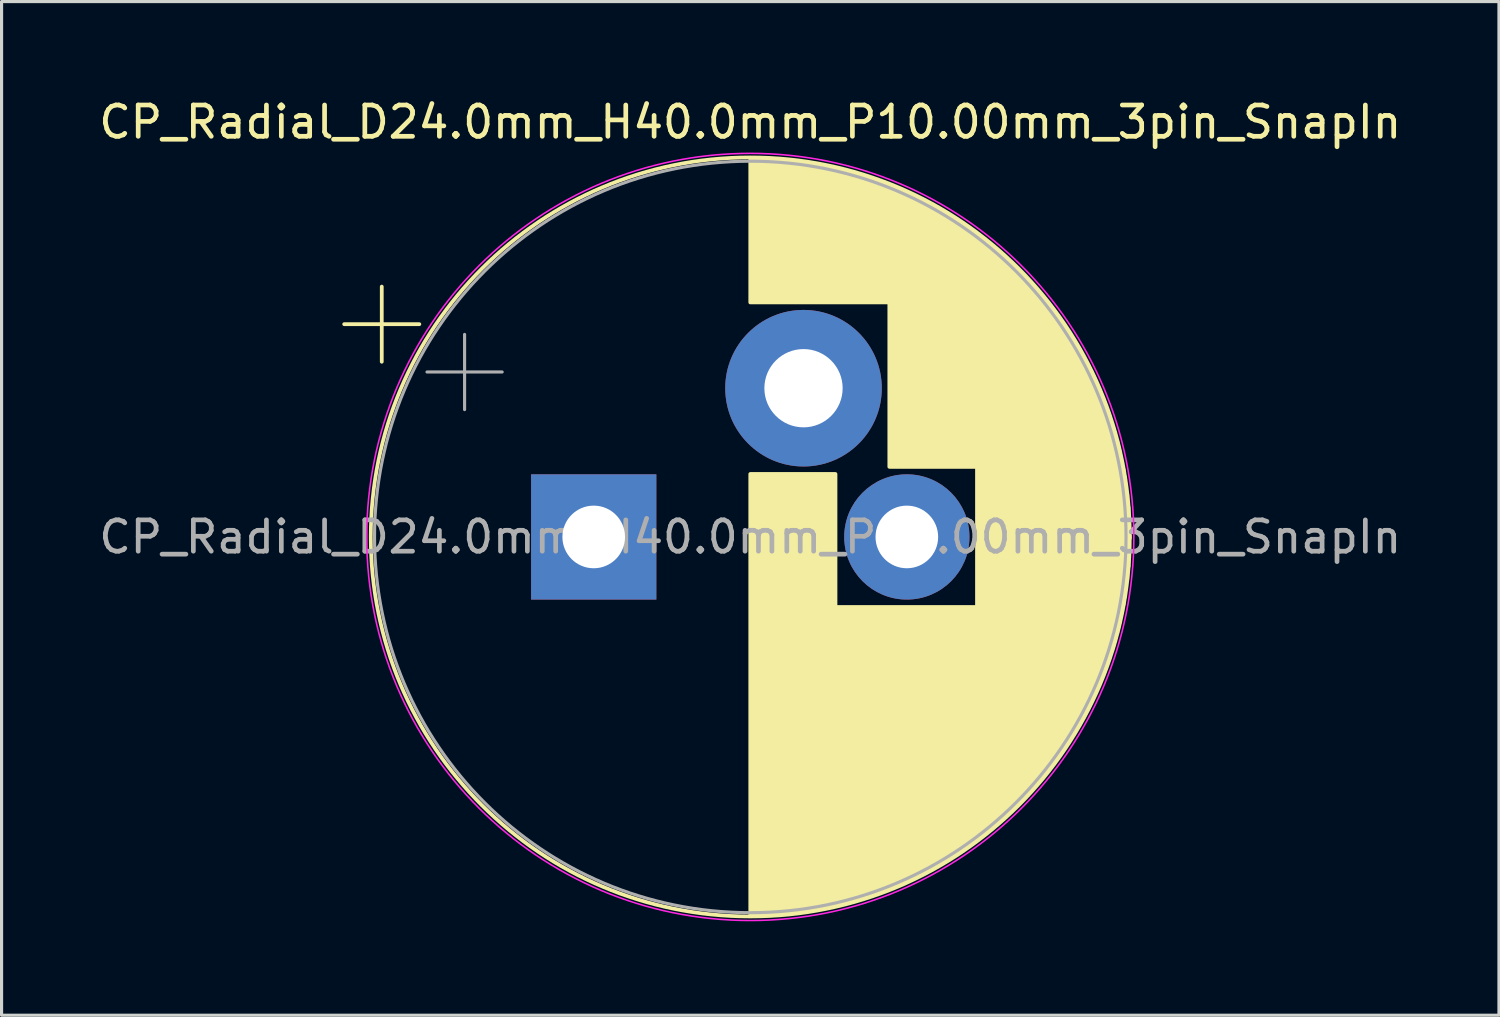
<source format=kicad_pcb>
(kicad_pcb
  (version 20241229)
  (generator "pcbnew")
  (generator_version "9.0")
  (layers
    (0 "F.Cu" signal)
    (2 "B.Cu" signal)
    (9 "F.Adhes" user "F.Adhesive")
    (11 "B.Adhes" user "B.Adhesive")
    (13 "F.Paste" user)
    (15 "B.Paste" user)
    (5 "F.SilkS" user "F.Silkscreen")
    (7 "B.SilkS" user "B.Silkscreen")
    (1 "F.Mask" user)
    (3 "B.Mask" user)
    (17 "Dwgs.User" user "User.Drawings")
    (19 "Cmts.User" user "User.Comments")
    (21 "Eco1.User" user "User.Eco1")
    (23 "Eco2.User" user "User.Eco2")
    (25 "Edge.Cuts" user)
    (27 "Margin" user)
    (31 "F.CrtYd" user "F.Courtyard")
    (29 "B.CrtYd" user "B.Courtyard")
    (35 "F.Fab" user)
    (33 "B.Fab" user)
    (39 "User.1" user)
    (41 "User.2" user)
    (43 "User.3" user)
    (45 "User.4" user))
  (footprint "CP_Radial_D24.0mm_H40.0mm_P10.00mm_3pin_SnapIn"
    (layer "F.Cu")
    (at 15.911 14.098)
    (property "Reference" "CP_Radial_D24.0mm_H40.0mm_P10.00mm_3pin_SnapIn" (at 5 -13.25 0) (layer "F.SilkS") (effects (font (size 1 1) (thickness 0.15))))
    (attr through_hole)
    (fp_line (start -7.969 -6.795) (end -5.569 -6.795) (stroke (width 0.12) (type solid)) (layer "F.SilkS"))
    (fp_line (start -6.769 -7.995) (end -6.769 -5.595) (stroke (width 0.12) (type solid)) (layer "F.SilkS"))
    (fp_line (start 5 -12.081) (end 5 -7.49) (stroke (width 0.12) (type solid)) (layer "F.SilkS"))
    (fp_line (start 5 -2.01) (end 5 12.081) (stroke (width 0.12) (type solid)) (layer "F.SilkS"))
    (fp_line (start 5.04 -12.08) (end 5.04 -7.49) (stroke (width 0.12) (type solid)) (layer "F.SilkS"))
    (fp_line (start 5.04 -2.01) (end 5.04 12.08) (stroke (width 0.12) (type solid)) (layer "F.SilkS"))
    (fp_line (start 5.08 -12.08) (end 5.08 -7.49) (stroke (width 0.12) (type solid)) (layer "F.SilkS"))
    (fp_line (start 5.08 -2.01) (end 5.08 12.08) (stroke (width 0.12) (type solid)) (layer "F.SilkS"))
    (fp_line (start 5.12 -12.08) (end 5.12 -7.49) (stroke (width 0.12) (type solid)) (layer "F.SilkS"))
    (fp_line (start 5.12 -2.01) (end 5.12 12.08) (stroke (width 0.12) (type solid)) (layer "F.SilkS"))
    (fp_line (start 5.16 -12.079) (end 5.16 -7.49) (stroke (width 0.12) (type solid)) (layer "F.SilkS"))
    (fp_line (start 5.16 -2.01) (end 5.16 12.079) (stroke (width 0.12) (type solid)) (layer "F.SilkS"))
    (fp_line (start 5.2 -12.079) (end 5.2 -7.49) (stroke (width 0.12) (type solid)) (layer "F.SilkS"))
    (fp_line (start 5.2 -2.01) (end 5.2 12.079) (stroke (width 0.12) (type solid)) (layer "F.SilkS"))
    (fp_line (start 5.24 -12.078) (end 5.24 -7.49) (stroke (width 0.12) (type solid)) (layer "F.SilkS"))
    (fp_line (start 5.24 -2.01) (end 5.24 12.078) (stroke (width 0.12) (type solid)) (layer "F.SilkS"))
    (fp_line (start 5.28 -12.077) (end 5.28 -7.49) (stroke (width 0.12) (type solid)) (layer "F.SilkS"))
    (fp_line (start 5.28 -2.01) (end 5.28 12.077) (stroke (width 0.12) (type solid)) (layer "F.SilkS"))
    (fp_line (start 5.32 -12.076) (end 5.32 -7.49) (stroke (width 0.12) (type solid)) (layer "F.SilkS"))
    (fp_line (start 5.32 -2.01) (end 5.32 12.076) (stroke (width 0.12) (type solid)) (layer "F.SilkS"))
    (fp_line (start 5.36 -12.075) (end 5.36 -7.49) (stroke (width 0.12) (type solid)) (layer "F.SilkS"))
    (fp_line (start 5.36 -2.01) (end 5.36 12.075) (stroke (width 0.12) (type solid)) (layer "F.SilkS"))
    (fp_line (start 5.4 -12.074) (end 5.4 -7.49) (stroke (width 0.12) (type solid)) (layer "F.SilkS"))
    (fp_line (start 5.4 -2.01) (end 5.4 12.074) (stroke (width 0.12) (type solid)) (layer "F.SilkS"))
    (fp_line (start 5.44 -12.073) (end 5.44 -7.49) (stroke (width 0.12) (type solid)) (layer "F.SilkS"))
    (fp_line (start 5.44 -2.01) (end 5.44 12.073) (stroke (width 0.12) (type solid)) (layer "F.SilkS"))
    (fp_line (start 5.48 -12.071) (end 5.48 -7.49) (stroke (width 0.12) (type solid)) (layer "F.SilkS"))
    (fp_line (start 5.48 -2.01) (end 5.48 12.071) (stroke (width 0.12) (type solid)) (layer "F.SilkS"))
    (fp_line (start 5.52 -12.069) (end 5.52 -7.49) (stroke (width 0.12) (type solid)) (layer "F.SilkS"))
    (fp_line (start 5.52 -2.01) (end 5.52 12.069) (stroke (width 0.12) (type solid)) (layer "F.SilkS"))
    (fp_line (start 5.56 -12.068) (end 5.56 -7.49) (stroke (width 0.12) (type solid)) (layer "F.SilkS"))
    (fp_line (start 5.56 -2.01) (end 5.56 12.068) (stroke (width 0.12) (type solid)) (layer "F.SilkS"))
    (fp_line (start 5.6 -12.066) (end 5.6 -7.49) (stroke (width 0.12) (type solid)) (layer "F.SilkS"))
    (fp_line (start 5.6 -2.01) (end 5.6 12.066) (stroke (width 0.12) (type solid)) (layer "F.SilkS"))
    (fp_line (start 5.64 -12.064) (end 5.64 -7.49) (stroke (width 0.12) (type solid)) (layer "F.SilkS"))
    (fp_line (start 5.64 -2.01) (end 5.64 12.064) (stroke (width 0.12) (type solid)) (layer "F.SilkS"))
    (fp_line (start 5.68 -12.061) (end 5.68 -7.49) (stroke (width 0.12) (type solid)) (layer "F.SilkS"))
    (fp_line (start 5.68 -2.01) (end 5.68 12.061) (stroke (width 0.12) (type solid)) (layer "F.SilkS"))
    (fp_line (start 5.721 -12.059) (end 5.721 -7.49) (stroke (width 0.12) (type solid)) (layer "F.SilkS"))
    (fp_line (start 5.721 -2.01) (end 5.721 12.059) (stroke (width 0.12) (type solid)) (layer "F.SilkS"))
    (fp_line (start 5.761 -12.057) (end 5.761 -7.49) (stroke (width 0.12) (type solid)) (layer "F.SilkS"))
    (fp_line (start 5.761 -2.01) (end 5.761 12.057) (stroke (width 0.12) (type solid)) (layer "F.SilkS"))
    (fp_line (start 5.801 -12.054) (end 5.801 -7.49) (stroke (width 0.12) (type solid)) (layer "F.SilkS"))
    (fp_line (start 5.801 -2.01) (end 5.801 12.054) (stroke (width 0.12) (type solid)) (layer "F.SilkS"))
    (fp_line (start 5.841 -12.051) (end 5.841 -7.49) (stroke (width 0.12) (type solid)) (layer "F.SilkS"))
    (fp_line (start 5.841 -2.01) (end 5.841 12.051) (stroke (width 0.12) (type solid)) (layer "F.SilkS"))
    (fp_line (start 5.881 -12.049) (end 5.881 -7.49) (stroke (width 0.12) (type solid)) (layer "F.SilkS"))
    (fp_line (start 5.881 -2.01) (end 5.881 12.049) (stroke (width 0.12) (type solid)) (layer "F.SilkS"))
    (fp_line (start 5.921 -12.046) (end 5.921 -7.49) (stroke (width 0.12) (type solid)) (layer "F.SilkS"))
    (fp_line (start 5.921 -2.01) (end 5.921 12.046) (stroke (width 0.12) (type solid)) (layer "F.SilkS"))
    (fp_line (start 5.961 -12.042) (end 5.961 -7.49) (stroke (width 0.12) (type solid)) (layer "F.SilkS"))
    (fp_line (start 5.961 -2.01) (end 5.961 12.042) (stroke (width 0.12) (type solid)) (layer "F.SilkS"))
    (fp_line (start 6.001 -12.039) (end 6.001 -7.49) (stroke (width 0.12) (type solid)) (layer "F.SilkS"))
    (fp_line (start 6.001 -2.01) (end 6.001 12.039) (stroke (width 0.12) (type solid)) (layer "F.SilkS"))
    (fp_line (start 6.041 -12.036) (end 6.041 -7.49) (stroke (width 0.12) (type solid)) (layer "F.SilkS"))
    (fp_line (start 6.041 -2.01) (end 6.041 12.036) (stroke (width 0.12) (type solid)) (layer "F.SilkS"))
    (fp_line (start 6.081 -12.032) (end 6.081 -7.49) (stroke (width 0.12) (type solid)) (layer "F.SilkS"))
    (fp_line (start 6.081 -2.01) (end 6.081 12.032) (stroke (width 0.12) (type solid)) (layer "F.SilkS"))
    (fp_line (start 6.121 -12.029) (end 6.121 -7.49) (stroke (width 0.12) (type solid)) (layer "F.SilkS"))
    (fp_line (start 6.121 -2.01) (end 6.121 12.029) (stroke (width 0.12) (type solid)) (layer "F.SilkS"))
    (fp_line (start 6.161 -12.025) (end 6.161 -7.49) (stroke (width 0.12) (type solid)) (layer "F.SilkS"))
    (fp_line (start 6.161 -2.01) (end 6.161 12.025) (stroke (width 0.12) (type solid)) (layer "F.SilkS"))
    (fp_line (start 6.201 -12.021) (end 6.201 -7.49) (stroke (width 0.12) (type solid)) (layer "F.SilkS"))
    (fp_line (start 6.201 -2.01) (end 6.201 12.021) (stroke (width 0.12) (type solid)) (layer "F.SilkS"))
    (fp_line (start 6.241 -12.017) (end 6.241 -7.49) (stroke (width 0.12) (type solid)) (layer "F.SilkS"))
    (fp_line (start 6.241 -2.01) (end 6.241 12.017) (stroke (width 0.12) (type solid)) (layer "F.SilkS"))
    (fp_line (start 6.281 -12.013) (end 6.281 -7.49) (stroke (width 0.12) (type solid)) (layer "F.SilkS"))
    (fp_line (start 6.281 -2.01) (end 6.281 12.013) (stroke (width 0.12) (type solid)) (layer "F.SilkS"))
    (fp_line (start 6.321 -12.008) (end 6.321 -7.49) (stroke (width 0.12) (type solid)) (layer "F.SilkS"))
    (fp_line (start 6.321 -2.01) (end 6.321 12.008) (stroke (width 0.12) (type solid)) (layer "F.SilkS"))
    (fp_line (start 6.361 -12.004) (end 6.361 -7.49) (stroke (width 0.12) (type solid)) (layer "F.SilkS"))
    (fp_line (start 6.361 -2.01) (end 6.361 12.004) (stroke (width 0.12) (type solid)) (layer "F.SilkS"))
    (fp_line (start 6.401 -11.999) (end 6.401 -7.49) (stroke (width 0.12) (type solid)) (layer "F.SilkS"))
    (fp_line (start 6.401 -2.01) (end 6.401 11.999) (stroke (width 0.12) (type solid)) (layer "F.SilkS"))
    (fp_line (start 6.441 -11.995) (end 6.441 -7.49) (stroke (width 0.12) (type solid)) (layer "F.SilkS"))
    (fp_line (start 6.441 -2.01) (end 6.441 11.995) (stroke (width 0.12) (type solid)) (layer "F.SilkS"))
    (fp_line (start 6.481 -11.99) (end 6.481 -7.49) (stroke (width 0.12) (type solid)) (layer "F.SilkS"))
    (fp_line (start 6.481 -2.01) (end 6.481 11.99) (stroke (width 0.12) (type solid)) (layer "F.SilkS"))
    (fp_line (start 6.521 -11.985) (end 6.521 -7.49) (stroke (width 0.12) (type solid)) (layer "F.SilkS"))
    (fp_line (start 6.521 -2.01) (end 6.521 11.985) (stroke (width 0.12) (type solid)) (layer "F.SilkS"))
    (fp_line (start 6.561 -11.98) (end 6.561 -7.49) (stroke (width 0.12) (type solid)) (layer "F.SilkS"))
    (fp_line (start 6.561 -2.01) (end 6.561 11.98) (stroke (width 0.12) (type solid)) (layer "F.SilkS"))
    (fp_line (start 6.601 -11.974) (end 6.601 -7.49) (stroke (width 0.12) (type solid)) (layer "F.SilkS"))
    (fp_line (start 6.601 -2.01) (end 6.601 11.974) (stroke (width 0.12) (type solid)) (layer "F.SilkS"))
    (fp_line (start 6.641 -11.969) (end 6.641 -7.49) (stroke (width 0.12) (type solid)) (layer "F.SilkS"))
    (fp_line (start 6.641 -2.01) (end 6.641 11.969) (stroke (width 0.12) (type solid)) (layer "F.SilkS"))
    (fp_line (start 6.681 -11.963) (end 6.681 -7.49) (stroke (width 0.12) (type solid)) (layer "F.SilkS"))
    (fp_line (start 6.681 -2.01) (end 6.681 11.963) (stroke (width 0.12) (type solid)) (layer "F.SilkS"))
    (fp_line (start 6.721 -11.958) (end 6.721 -7.49) (stroke (width 0.12) (type solid)) (layer "F.SilkS"))
    (fp_line (start 6.721 -2.01) (end 6.721 11.958) (stroke (width 0.12) (type solid)) (layer "F.SilkS"))
    (fp_line (start 6.761 -11.952) (end 6.761 -7.49) (stroke (width 0.12) (type solid)) (layer "F.SilkS"))
    (fp_line (start 6.761 -2.01) (end 6.761 11.952) (stroke (width 0.12) (type solid)) (layer "F.SilkS"))
    (fp_line (start 6.801 -11.946) (end 6.801 -7.49) (stroke (width 0.12) (type solid)) (layer "F.SilkS"))
    (fp_line (start 6.801 -2.01) (end 6.801 11.946) (stroke (width 0.12) (type solid)) (layer "F.SilkS"))
    (fp_line (start 6.841 -11.94) (end 6.841 -7.49) (stroke (width 0.12) (type solid)) (layer "F.SilkS"))
    (fp_line (start 6.841 -2.01) (end 6.841 11.94) (stroke (width 0.12) (type solid)) (layer "F.SilkS"))
    (fp_line (start 6.881 -11.934) (end 6.881 -7.49) (stroke (width 0.12) (type solid)) (layer "F.SilkS"))
    (fp_line (start 6.881 -2.01) (end 6.881 11.934) (stroke (width 0.12) (type solid)) (layer "F.SilkS"))
    (fp_line (start 6.921 -11.927) (end 6.921 -7.49) (stroke (width 0.12) (type solid)) (layer "F.SilkS"))
    (fp_line (start 6.921 -2.01) (end 6.921 11.927) (stroke (width 0.12) (type solid)) (layer "F.SilkS"))
    (fp_line (start 6.961 -11.921) (end 6.961 -7.49) (stroke (width 0.12) (type solid)) (layer "F.SilkS"))
    (fp_line (start 6.961 -2.01) (end 6.961 11.921) (stroke (width 0.12) (type solid)) (layer "F.SilkS"))
    (fp_line (start 7.001 -11.914) (end 7.001 -7.49) (stroke (width 0.12) (type solid)) (layer "F.SilkS"))
    (fp_line (start 7.001 -2.01) (end 7.001 11.914) (stroke (width 0.12) (type solid)) (layer "F.SilkS"))
    (fp_line (start 7.041 -11.908) (end 7.041 -7.49) (stroke (width 0.12) (type solid)) (layer "F.SilkS"))
    (fp_line (start 7.041 -2.01) (end 7.041 11.908) (stroke (width 0.12) (type solid)) (layer "F.SilkS"))
    (fp_line (start 7.081 -11.901) (end 7.081 -7.49) (stroke (width 0.12) (type solid)) (layer "F.SilkS"))
    (fp_line (start 7.081 -2.01) (end 7.081 11.901) (stroke (width 0.12) (type solid)) (layer "F.SilkS"))
    (fp_line (start 7.121 -11.894) (end 7.121 -7.49) (stroke (width 0.12) (type solid)) (layer "F.SilkS"))
    (fp_line (start 7.121 -2.01) (end 7.121 11.894) (stroke (width 0.12) (type solid)) (layer "F.SilkS"))
    (fp_line (start 7.161 -11.886) (end 7.161 -7.49) (stroke (width 0.12) (type solid)) (layer "F.SilkS"))
    (fp_line (start 7.161 -2.01) (end 7.161 11.886) (stroke (width 0.12) (type solid)) (layer "F.SilkS"))
    (fp_line (start 7.201 -11.879) (end 7.201 -7.49) (stroke (width 0.12) (type solid)) (layer "F.SilkS"))
    (fp_line (start 7.201 -2.01) (end 7.201 11.879) (stroke (width 0.12) (type solid)) (layer "F.SilkS"))
    (fp_line (start 7.241 -11.872) (end 7.241 -7.49) (stroke (width 0.12) (type solid)) (layer "F.SilkS"))
    (fp_line (start 7.241 -2.01) (end 7.241 11.872) (stroke (width 0.12) (type solid)) (layer "F.SilkS"))
    (fp_line (start 7.281 -11.864) (end 7.281 -7.49) (stroke (width 0.12) (type solid)) (layer "F.SilkS"))
    (fp_line (start 7.281 -2.01) (end 7.281 11.864) (stroke (width 0.12) (type solid)) (layer "F.SilkS"))
    (fp_line (start 7.321 -11.856) (end 7.321 -7.49) (stroke (width 0.12) (type solid)) (layer "F.SilkS"))
    (fp_line (start 7.321 -2.01) (end 7.321 11.856) (stroke (width 0.12) (type solid)) (layer "F.SilkS"))
    (fp_line (start 7.361 -11.849) (end 7.361 -7.49) (stroke (width 0.12) (type solid)) (layer "F.SilkS"))
    (fp_line (start 7.361 -2.01) (end 7.361 11.849) (stroke (width 0.12) (type solid)) (layer "F.SilkS"))
    (fp_line (start 7.401 -11.841) (end 7.401 -7.49) (stroke (width 0.12) (type solid)) (layer "F.SilkS"))
    (fp_line (start 7.401 -2.01) (end 7.401 11.841) (stroke (width 0.12) (type solid)) (layer "F.SilkS"))
    (fp_line (start 7.441 -11.832) (end 7.441 -7.49) (stroke (width 0.12) (type solid)) (layer "F.SilkS"))
    (fp_line (start 7.441 -2.01) (end 7.441 11.832) (stroke (width 0.12) (type solid)) (layer "F.SilkS"))
    (fp_line (start 7.481 -11.824) (end 7.481 -7.49) (stroke (width 0.12) (type solid)) (layer "F.SilkS"))
    (fp_line (start 7.481 -2.01) (end 7.481 11.824) (stroke (width 0.12) (type solid)) (layer "F.SilkS"))
    (fp_line (start 7.521 -11.816) (end 7.521 -7.49) (stroke (width 0.12) (type solid)) (layer "F.SilkS"))
    (fp_line (start 7.521 -2.01) (end 7.521 11.816) (stroke (width 0.12) (type solid)) (layer "F.SilkS"))
    (fp_line (start 7.561 -11.807) (end 7.561 -7.49) (stroke (width 0.12) (type solid)) (layer "F.SilkS"))
    (fp_line (start 7.561 -2.01) (end 7.561 11.807) (stroke (width 0.12) (type solid)) (layer "F.SilkS"))
    (fp_line (start 7.601 -11.798) (end 7.601 -7.49) (stroke (width 0.12) (type solid)) (layer "F.SilkS"))
    (fp_line (start 7.601 -2.01) (end 7.601 11.798) (stroke (width 0.12) (type solid)) (layer "F.SilkS"))
    (fp_line (start 7.641 -11.789) (end 7.641 -7.49) (stroke (width 0.12) (type solid)) (layer "F.SilkS"))
    (fp_line (start 7.641 -2.01) (end 7.641 11.789) (stroke (width 0.12) (type solid)) (layer "F.SilkS"))
    (fp_line (start 7.681 -11.78) (end 7.681 -7.49) (stroke (width 0.12) (type solid)) (layer "F.SilkS"))
    (fp_line (start 7.681 -2.01) (end 7.681 11.78) (stroke (width 0.12) (type solid)) (layer "F.SilkS"))
    (fp_line (start 7.721 -11.771) (end 7.721 -7.49) (stroke (width 0.12) (type solid)) (layer "F.SilkS"))
    (fp_line (start 7.721 -2.01) (end 7.721 11.771) (stroke (width 0.12) (type solid)) (layer "F.SilkS"))
    (fp_line (start 7.761 -11.762) (end 7.761 -7.49) (stroke (width 0.12) (type solid)) (layer "F.SilkS"))
    (fp_line (start 7.761 2.24) (end 7.761 11.762) (stroke (width 0.12) (type solid)) (layer "F.SilkS"))
    (fp_line (start 7.801 -11.753) (end 7.801 -7.49) (stroke (width 0.12) (type solid)) (layer "F.SilkS"))
    (fp_line (start 7.801 2.24) (end 7.801 11.753) (stroke (width 0.12) (type solid)) (layer "F.SilkS"))
    (fp_line (start 7.841 -11.743) (end 7.841 -7.49) (stroke (width 0.12) (type solid)) (layer "F.SilkS"))
    (fp_line (start 7.841 2.24) (end 7.841 11.743) (stroke (width 0.12) (type solid)) (layer "F.SilkS"))
    (fp_line (start 7.881 -11.733) (end 7.881 -7.49) (stroke (width 0.12) (type solid)) (layer "F.SilkS"))
    (fp_line (start 7.881 2.24) (end 7.881 11.733) (stroke (width 0.12) (type solid)) (layer "F.SilkS"))
    (fp_line (start 7.921 -11.723) (end 7.921 -7.49) (stroke (width 0.12) (type solid)) (layer "F.SilkS"))
    (fp_line (start 7.921 2.24) (end 7.921 11.723) (stroke (width 0.12) (type solid)) (layer "F.SilkS"))
    (fp_line (start 7.961 -11.713) (end 7.961 -7.49) (stroke (width 0.12) (type solid)) (layer "F.SilkS"))
    (fp_line (start 7.961 2.24) (end 7.961 11.713) (stroke (width 0.12) (type solid)) (layer "F.SilkS"))
    (fp_line (start 8.001 -11.703) (end 8.001 -7.49) (stroke (width 0.12) (type solid)) (layer "F.SilkS"))
    (fp_line (start 8.001 2.24) (end 8.001 11.703) (stroke (width 0.12) (type solid)) (layer "F.SilkS"))
    (fp_line (start 8.041 -11.693) (end 8.041 -7.49) (stroke (width 0.12) (type solid)) (layer "F.SilkS"))
    (fp_line (start 8.041 2.24) (end 8.041 11.693) (stroke (width 0.12) (type solid)) (layer "F.SilkS"))
    (fp_line (start 8.081 -11.683) (end 8.081 -7.49) (stroke (width 0.12) (type solid)) (layer "F.SilkS"))
    (fp_line (start 8.081 2.24) (end 8.081 11.683) (stroke (width 0.12) (type solid)) (layer "F.SilkS"))
    (fp_line (start 8.121 -11.672) (end 8.121 -7.49) (stroke (width 0.12) (type solid)) (layer "F.SilkS"))
    (fp_line (start 8.121 2.24) (end 8.121 11.672) (stroke (width 0.12) (type solid)) (layer "F.SilkS"))
    (fp_line (start 8.161 -11.661) (end 8.161 -7.49) (stroke (width 0.12) (type solid)) (layer "F.SilkS"))
    (fp_line (start 8.161 2.24) (end 8.161 11.661) (stroke (width 0.12) (type solid)) (layer "F.SilkS"))
    (fp_line (start 8.201 -11.65) (end 8.201 -7.49) (stroke (width 0.12) (type solid)) (layer "F.SilkS"))
    (fp_line (start 8.201 2.24) (end 8.201 11.65) (stroke (width 0.12) (type solid)) (layer "F.SilkS"))
    (fp_line (start 8.241 -11.639) (end 8.241 -7.49) (stroke (width 0.12) (type solid)) (layer "F.SilkS"))
    (fp_line (start 8.241 2.24) (end 8.241 11.639) (stroke (width 0.12) (type solid)) (layer "F.SilkS"))
    (fp_line (start 8.281 -11.628) (end 8.281 -7.49) (stroke (width 0.12) (type solid)) (layer "F.SilkS"))
    (fp_line (start 8.281 2.24) (end 8.281 11.628) (stroke (width 0.12) (type solid)) (layer "F.SilkS"))
    (fp_line (start 8.321 -11.617) (end 8.321 -7.49) (stroke (width 0.12) (type solid)) (layer "F.SilkS"))
    (fp_line (start 8.321 2.24) (end 8.321 11.617) (stroke (width 0.12) (type solid)) (layer "F.SilkS"))
    (fp_line (start 8.361 -11.605) (end 8.361 -7.49) (stroke (width 0.12) (type solid)) (layer "F.SilkS"))
    (fp_line (start 8.361 2.24) (end 8.361 11.605) (stroke (width 0.12) (type solid)) (layer "F.SilkS"))
    (fp_line (start 8.401 -11.594) (end 8.401 -7.49) (stroke (width 0.12) (type solid)) (layer "F.SilkS"))
    (fp_line (start 8.401 2.24) (end 8.401 11.594) (stroke (width 0.12) (type solid)) (layer "F.SilkS"))
    (fp_line (start 8.441 -11.582) (end 8.441 -7.49) (stroke (width 0.12) (type solid)) (layer "F.SilkS"))
    (fp_line (start 8.441 2.24) (end 8.441 11.582) (stroke (width 0.12) (type solid)) (layer "F.SilkS"))
    (fp_line (start 8.481 -11.57) (end 8.481 -7.49) (stroke (width 0.12) (type solid)) (layer "F.SilkS"))
    (fp_line (start 8.481 2.24) (end 8.481 11.57) (stroke (width 0.12) (type solid)) (layer "F.SilkS"))
    (fp_line (start 8.521 -11.558) (end 8.521 -7.49) (stroke (width 0.12) (type solid)) (layer "F.SilkS"))
    (fp_line (start 8.521 2.24) (end 8.521 11.558) (stroke (width 0.12) (type solid)) (layer "F.SilkS"))
    (fp_line (start 8.561 -11.546) (end 8.561 -7.49) (stroke (width 0.12) (type solid)) (layer "F.SilkS"))
    (fp_line (start 8.561 2.24) (end 8.561 11.546) (stroke (width 0.12) (type solid)) (layer "F.SilkS"))
    (fp_line (start 8.601 -11.534) (end 8.601 -7.49) (stroke (width 0.12) (type solid)) (layer "F.SilkS"))
    (fp_line (start 8.601 2.24) (end 8.601 11.534) (stroke (width 0.12) (type solid)) (layer "F.SilkS"))
    (fp_line (start 8.641 -11.521) (end 8.641 -7.49) (stroke (width 0.12) (type solid)) (layer "F.SilkS"))
    (fp_line (start 8.641 2.24) (end 8.641 11.521) (stroke (width 0.12) (type solid)) (layer "F.SilkS"))
    (fp_line (start 8.681 -11.508) (end 8.681 -7.49) (stroke (width 0.12) (type solid)) (layer "F.SilkS"))
    (fp_line (start 8.681 2.24) (end 8.681 11.508) (stroke (width 0.12) (type solid)) (layer "F.SilkS"))
    (fp_line (start 8.721 -11.495) (end 8.721 -7.49) (stroke (width 0.12) (type solid)) (layer "F.SilkS"))
    (fp_line (start 8.721 2.24) (end 8.721 11.495) (stroke (width 0.12) (type solid)) (layer "F.SilkS"))
    (fp_line (start 8.761 -11.483) (end 8.761 -7.49) (stroke (width 0.12) (type solid)) (layer "F.SilkS"))
    (fp_line (start 8.761 2.24) (end 8.761 11.483) (stroke (width 0.12) (type solid)) (layer "F.SilkS"))
    (fp_line (start 8.801 -11.469) (end 8.801 -7.49) (stroke (width 0.12) (type solid)) (layer "F.SilkS"))
    (fp_line (start 8.801 2.24) (end 8.801 11.469) (stroke (width 0.12) (type solid)) (layer "F.SilkS"))
    (fp_line (start 8.841 -11.456) (end 8.841 -7.49) (stroke (width 0.12) (type solid)) (layer "F.SilkS"))
    (fp_line (start 8.841 2.24) (end 8.841 11.456) (stroke (width 0.12) (type solid)) (layer "F.SilkS"))
    (fp_line (start 8.881 -11.443) (end 8.881 -7.49) (stroke (width 0.12) (type solid)) (layer "F.SilkS"))
    (fp_line (start 8.881 2.24) (end 8.881 11.443) (stroke (width 0.12) (type solid)) (layer "F.SilkS"))
    (fp_line (start 8.921 -11.429) (end 8.921 -7.49) (stroke (width 0.12) (type solid)) (layer "F.SilkS"))
    (fp_line (start 8.921 2.24) (end 8.921 11.429) (stroke (width 0.12) (type solid)) (layer "F.SilkS"))
    (fp_line (start 8.961 -11.415) (end 8.961 -7.49) (stroke (width 0.12) (type solid)) (layer "F.SilkS"))
    (fp_line (start 8.961 2.24) (end 8.961 11.415) (stroke (width 0.12) (type solid)) (layer "F.SilkS"))
    (fp_line (start 9.001 -11.401) (end 9.001 -7.49) (stroke (width 0.12) (type solid)) (layer "F.SilkS"))
    (fp_line (start 9.001 2.24) (end 9.001 11.401) (stroke (width 0.12) (type solid)) (layer "F.SilkS"))
    (fp_line (start 9.041 -11.387) (end 9.041 -7.49) (stroke (width 0.12) (type solid)) (layer "F.SilkS"))
    (fp_line (start 9.041 2.24) (end 9.041 11.387) (stroke (width 0.12) (type solid)) (layer "F.SilkS"))
    (fp_line (start 9.081 -11.373) (end 9.081 -7.49) (stroke (width 0.12) (type solid)) (layer "F.SilkS"))
    (fp_line (start 9.081 2.24) (end 9.081 11.373) (stroke (width 0.12) (type solid)) (layer "F.SilkS"))
    (fp_line (start 9.121 -11.359) (end 9.121 -7.49) (stroke (width 0.12) (type solid)) (layer "F.SilkS"))
    (fp_line (start 9.121 2.24) (end 9.121 11.359) (stroke (width 0.12) (type solid)) (layer "F.SilkS"))
    (fp_line (start 9.161 -11.344) (end 9.161 -7.49) (stroke (width 0.12) (type solid)) (layer "F.SilkS"))
    (fp_line (start 9.161 2.24) (end 9.161 11.344) (stroke (width 0.12) (type solid)) (layer "F.SilkS"))
    (fp_line (start 9.201 -11.33) (end 9.201 -7.49) (stroke (width 0.12) (type solid)) (layer "F.SilkS"))
    (fp_line (start 9.201 2.24) (end 9.201 11.33) (stroke (width 0.12) (type solid)) (layer "F.SilkS"))
    (fp_line (start 9.241 -11.315) (end 9.241 -7.49) (stroke (width 0.12) (type solid)) (layer "F.SilkS"))
    (fp_line (start 9.241 2.24) (end 9.241 11.315) (stroke (width 0.12) (type solid)) (layer "F.SilkS"))
    (fp_line (start 9.281 -11.3) (end 9.281 -7.49) (stroke (width 0.12) (type solid)) (layer "F.SilkS"))
    (fp_line (start 9.281 2.24) (end 9.281 11.3) (stroke (width 0.12) (type solid)) (layer "F.SilkS"))
    (fp_line (start 9.321 -11.284) (end 9.321 -7.49) (stroke (width 0.12) (type solid)) (layer "F.SilkS"))
    (fp_line (start 9.321 2.24) (end 9.321 11.284) (stroke (width 0.12) (type solid)) (layer "F.SilkS"))
    (fp_line (start 9.361 -11.269) (end 9.361 -7.49) (stroke (width 0.12) (type solid)) (layer "F.SilkS"))
    (fp_line (start 9.361 2.24) (end 9.361 11.269) (stroke (width 0.12) (type solid)) (layer "F.SilkS"))
    (fp_line (start 9.401 -11.254) (end 9.401 -7.49) (stroke (width 0.12) (type solid)) (layer "F.SilkS"))
    (fp_line (start 9.401 2.24) (end 9.401 11.254) (stroke (width 0.12) (type solid)) (layer "F.SilkS"))
    (fp_line (start 9.441 -11.238) (end 9.441 -2.24) (stroke (width 0.12) (type solid)) (layer "F.SilkS"))
    (fp_line (start 9.441 2.24) (end 9.441 11.238) (stroke (width 0.12) (type solid)) (layer "F.SilkS"))
    (fp_line (start 9.481 -11.222) (end 9.481 -2.24) (stroke (width 0.12) (type solid)) (layer "F.SilkS"))
    (fp_line (start 9.481 2.24) (end 9.481 11.222) (stroke (width 0.12) (type solid)) (layer "F.SilkS"))
    (fp_line (start 9.521 -11.206) (end 9.521 -2.24) (stroke (width 0.12) (type solid)) (layer "F.SilkS"))
    (fp_line (start 9.521 2.24) (end 9.521 11.206) (stroke (width 0.12) (type solid)) (layer "F.SilkS"))
    (fp_line (start 9.561 -11.19) (end 9.561 -2.24) (stroke (width 0.12) (type solid)) (layer "F.SilkS"))
    (fp_line (start 9.561 2.24) (end 9.561 11.19) (stroke (width 0.12) (type solid)) (layer "F.SilkS"))
    (fp_line (start 9.601 -11.174) (end 9.601 -2.24) (stroke (width 0.12) (type solid)) (layer "F.SilkS"))
    (fp_line (start 9.601 2.24) (end 9.601 11.174) (stroke (width 0.12) (type solid)) (layer "F.SilkS"))
    (fp_line (start 9.641 -11.157) (end 9.641 -2.24) (stroke (width 0.12) (type solid)) (layer "F.SilkS"))
    (fp_line (start 9.641 2.24) (end 9.641 11.157) (stroke (width 0.12) (type solid)) (layer "F.SilkS"))
    (fp_line (start 9.681 -11.14) (end 9.681 -2.24) (stroke (width 0.12) (type solid)) (layer "F.SilkS"))
    (fp_line (start 9.681 2.24) (end 9.681 11.14) (stroke (width 0.12) (type solid)) (layer "F.SilkS"))
    (fp_line (start 9.721 -11.124) (end 9.721 -2.24) (stroke (width 0.12) (type solid)) (layer "F.SilkS"))
    (fp_line (start 9.721 2.24) (end 9.721 11.124) (stroke (width 0.12) (type solid)) (layer "F.SilkS"))
    (fp_line (start 9.761 -11.107) (end 9.761 -2.24) (stroke (width 0.12) (type solid)) (layer "F.SilkS"))
    (fp_line (start 9.761 2.24) (end 9.761 11.107) (stroke (width 0.12) (type solid)) (layer "F.SilkS"))
    (fp_line (start 9.801 -11.089) (end 9.801 -2.24) (stroke (width 0.12) (type solid)) (layer "F.SilkS"))
    (fp_line (start 9.801 2.24) (end 9.801 11.089) (stroke (width 0.12) (type solid)) (layer "F.SilkS"))
    (fp_line (start 9.841 -11.072) (end 9.841 -2.24) (stroke (width 0.12) (type solid)) (layer "F.SilkS"))
    (fp_line (start 9.841 2.24) (end 9.841 11.072) (stroke (width 0.12) (type solid)) (layer "F.SilkS"))
    (fp_line (start 9.881 -11.055) (end 9.881 -2.24) (stroke (width 0.12) (type solid)) (layer "F.SilkS"))
    (fp_line (start 9.881 2.24) (end 9.881 11.055) (stroke (width 0.12) (type solid)) (layer "F.SilkS"))
    (fp_line (start 9.921 -11.037) (end 9.921 -2.24) (stroke (width 0.12) (type solid)) (layer "F.SilkS"))
    (fp_line (start 9.921 2.24) (end 9.921 11.037) (stroke (width 0.12) (type solid)) (layer "F.SilkS"))
    (fp_line (start 9.961 -11.019) (end 9.961 -2.24) (stroke (width 0.12) (type solid)) (layer "F.SilkS"))
    (fp_line (start 9.961 2.24) (end 9.961 11.019) (stroke (width 0.12) (type solid)) (layer "F.SilkS"))
    (fp_line (start 10.001 -11.001) (end 10.001 -2.24) (stroke (width 0.12) (type solid)) (layer "F.SilkS"))
    (fp_line (start 10.001 2.24) (end 10.001 11.001) (stroke (width 0.12) (type solid)) (layer "F.SilkS"))
    (fp_line (start 10.041 -10.983) (end 10.041 -2.24) (stroke (width 0.12) (type solid)) (layer "F.SilkS"))
    (fp_line (start 10.041 2.24) (end 10.041 10.983) (stroke (width 0.12) (type solid)) (layer "F.SilkS"))
    (fp_line (start 10.081 -10.964) (end 10.081 -2.24) (stroke (width 0.12) (type solid)) (layer "F.SilkS"))
    (fp_line (start 10.081 2.24) (end 10.081 10.964) (stroke (width 0.12) (type solid)) (layer "F.SilkS"))
    (fp_line (start 10.121 -10.946) (end 10.121 -2.24) (stroke (width 0.12) (type solid)) (layer "F.SilkS"))
    (fp_line (start 10.121 2.24) (end 10.121 10.946) (stroke (width 0.12) (type solid)) (layer "F.SilkS"))
    (fp_line (start 10.161 -10.927) (end 10.161 -2.24) (stroke (width 0.12) (type solid)) (layer "F.SilkS"))
    (fp_line (start 10.161 2.24) (end 10.161 10.927) (stroke (width 0.12) (type solid)) (layer "F.SilkS"))
    (fp_line (start 10.201 -10.908) (end 10.201 -2.24) (stroke (width 0.12) (type solid)) (layer "F.SilkS"))
    (fp_line (start 10.201 2.24) (end 10.201 10.908) (stroke (width 0.12) (type solid)) (layer "F.SilkS"))
    (fp_line (start 10.241 -10.889) (end 10.241 -2.24) (stroke (width 0.12) (type solid)) (layer "F.SilkS"))
    (fp_line (start 10.241 2.24) (end 10.241 10.889) (stroke (width 0.12) (type solid)) (layer "F.SilkS"))
    (fp_line (start 10.281 -10.87) (end 10.281 -2.24) (stroke (width 0.12) (type solid)) (layer "F.SilkS"))
    (fp_line (start 10.281 2.24) (end 10.281 10.87) (stroke (width 0.12) (type solid)) (layer "F.SilkS"))
    (fp_line (start 10.321 -10.85) (end 10.321 -2.24) (stroke (width 0.12) (type solid)) (layer "F.SilkS"))
    (fp_line (start 10.321 2.24) (end 10.321 10.85) (stroke (width 0.12) (type solid)) (layer "F.SilkS"))
    (fp_line (start 10.361 -10.831) (end 10.361 -2.24) (stroke (width 0.12) (type solid)) (layer "F.SilkS"))
    (fp_line (start 10.361 2.24) (end 10.361 10.831) (stroke (width 0.12) (type solid)) (layer "F.SilkS"))
    (fp_line (start 10.401 -10.811) (end 10.401 -2.24) (stroke (width 0.12) (type solid)) (layer "F.SilkS"))
    (fp_line (start 10.401 2.24) (end 10.401 10.811) (stroke (width 0.12) (type solid)) (layer "F.SilkS"))
    (fp_line (start 10.441 -10.791) (end 10.441 -2.24) (stroke (width 0.12) (type solid)) (layer "F.SilkS"))
    (fp_line (start 10.441 2.24) (end 10.441 10.791) (stroke (width 0.12) (type solid)) (layer "F.SilkS"))
    (fp_line (start 10.481 -10.771) (end 10.481 -2.24) (stroke (width 0.12) (type solid)) (layer "F.SilkS"))
    (fp_line (start 10.481 2.24) (end 10.481 10.771) (stroke (width 0.12) (type solid)) (layer "F.SilkS"))
    (fp_line (start 10.521 -10.75) (end 10.521 -2.24) (stroke (width 0.12) (type solid)) (layer "F.SilkS"))
    (fp_line (start 10.521 2.24) (end 10.521 10.75) (stroke (width 0.12) (type solid)) (layer "F.SilkS"))
    (fp_line (start 10.561 -10.73) (end 10.561 -2.24) (stroke (width 0.12) (type solid)) (layer "F.SilkS"))
    (fp_line (start 10.561 2.24) (end 10.561 10.73) (stroke (width 0.12) (type solid)) (layer "F.SilkS"))
    (fp_line (start 10.601 -10.709) (end 10.601 -2.24) (stroke (width 0.12) (type solid)) (layer "F.SilkS"))
    (fp_line (start 10.601 2.24) (end 10.601 10.709) (stroke (width 0.12) (type solid)) (layer "F.SilkS"))
    (fp_line (start 10.641 -10.688) (end 10.641 -2.24) (stroke (width 0.12) (type solid)) (layer "F.SilkS"))
    (fp_line (start 10.641 2.24) (end 10.641 10.688) (stroke (width 0.12) (type solid)) (layer "F.SilkS"))
    (fp_line (start 10.681 -10.667) (end 10.681 -2.24) (stroke (width 0.12) (type solid)) (layer "F.SilkS"))
    (fp_line (start 10.681 2.24) (end 10.681 10.667) (stroke (width 0.12) (type solid)) (layer "F.SilkS"))
    (fp_line (start 10.721 -10.646) (end 10.721 -2.24) (stroke (width 0.12) (type solid)) (layer "F.SilkS"))
    (fp_line (start 10.721 2.24) (end 10.721 10.646) (stroke (width 0.12) (type solid)) (layer "F.SilkS"))
    (fp_line (start 10.761 -10.624) (end 10.761 -2.24) (stroke (width 0.12) (type solid)) (layer "F.SilkS"))
    (fp_line (start 10.761 2.24) (end 10.761 10.624) (stroke (width 0.12) (type solid)) (layer "F.SilkS"))
    (fp_line (start 10.801 -10.603) (end 10.801 -2.24) (stroke (width 0.12) (type solid)) (layer "F.SilkS"))
    (fp_line (start 10.801 2.24) (end 10.801 10.603) (stroke (width 0.12) (type solid)) (layer "F.SilkS"))
    (fp_line (start 10.841 -10.581) (end 10.841 -2.24) (stroke (width 0.12) (type solid)) (layer "F.SilkS"))
    (fp_line (start 10.841 2.24) (end 10.841 10.581) (stroke (width 0.12) (type solid)) (layer "F.SilkS"))
    (fp_line (start 10.881 -10.559) (end 10.881 -2.24) (stroke (width 0.12) (type solid)) (layer "F.SilkS"))
    (fp_line (start 10.881 2.24) (end 10.881 10.559) (stroke (width 0.12) (type solid)) (layer "F.SilkS"))
    (fp_line (start 10.921 -10.536) (end 10.921 -2.24) (stroke (width 0.12) (type solid)) (layer "F.SilkS"))
    (fp_line (start 10.921 2.24) (end 10.921 10.536) (stroke (width 0.12) (type solid)) (layer "F.SilkS"))
    (fp_line (start 10.961 -10.514) (end 10.961 -2.24) (stroke (width 0.12) (type solid)) (layer "F.SilkS"))
    (fp_line (start 10.961 2.24) (end 10.961 10.514) (stroke (width 0.12) (type solid)) (layer "F.SilkS"))
    (fp_line (start 11.001 -10.491) (end 11.001 -2.24) (stroke (width 0.12) (type solid)) (layer "F.SilkS"))
    (fp_line (start 11.001 2.24) (end 11.001 10.491) (stroke (width 0.12) (type solid)) (layer "F.SilkS"))
    (fp_line (start 11.041 -10.468) (end 11.041 -2.24) (stroke (width 0.12) (type solid)) (layer "F.SilkS"))
    (fp_line (start 11.041 2.24) (end 11.041 10.468) (stroke (width 0.12) (type solid)) (layer "F.SilkS"))
    (fp_line (start 11.081 -10.445) (end 11.081 -2.24) (stroke (width 0.12) (type solid)) (layer "F.SilkS"))
    (fp_line (start 11.081 2.24) (end 11.081 10.445) (stroke (width 0.12) (type solid)) (layer "F.SilkS"))
    (fp_line (start 11.121 -10.422) (end 11.121 -2.24) (stroke (width 0.12) (type solid)) (layer "F.SilkS"))
    (fp_line (start 11.121 2.24) (end 11.121 10.422) (stroke (width 0.12) (type solid)) (layer "F.SilkS"))
    (fp_line (start 11.161 -10.398) (end 11.161 -2.24) (stroke (width 0.12) (type solid)) (layer "F.SilkS"))
    (fp_line (start 11.161 2.24) (end 11.161 10.398) (stroke (width 0.12) (type solid)) (layer "F.SilkS"))
    (fp_line (start 11.201 -10.375) (end 11.201 -2.24) (stroke (width 0.12) (type solid)) (layer "F.SilkS"))
    (fp_line (start 11.201 2.24) (end 11.201 10.375) (stroke (width 0.12) (type solid)) (layer "F.SilkS"))
    (fp_line (start 11.241 -10.351) (end 11.241 -2.24) (stroke (width 0.12) (type solid)) (layer "F.SilkS"))
    (fp_line (start 11.241 2.24) (end 11.241 10.351) (stroke (width 0.12) (type solid)) (layer "F.SilkS"))
    (fp_line (start 11.281 -10.327) (end 11.281 -2.24) (stroke (width 0.12) (type solid)) (layer "F.SilkS"))
    (fp_line (start 11.281 2.24) (end 11.281 10.327) (stroke (width 0.12) (type solid)) (layer "F.SilkS"))
    (fp_line (start 11.321 -10.302) (end 11.321 -2.24) (stroke (width 0.12) (type solid)) (layer "F.SilkS"))
    (fp_line (start 11.321 2.24) (end 11.321 10.302) (stroke (width 0.12) (type solid)) (layer "F.SilkS"))
    (fp_line (start 11.361 -10.278) (end 11.361 -2.24) (stroke (width 0.12) (type solid)) (layer "F.SilkS"))
    (fp_line (start 11.361 2.24) (end 11.361 10.278) (stroke (width 0.12) (type solid)) (layer "F.SilkS"))
    (fp_line (start 11.401 -10.253) (end 11.401 -2.24) (stroke (width 0.12) (type solid)) (layer "F.SilkS"))
    (fp_line (start 11.401 2.24) (end 11.401 10.253) (stroke (width 0.12) (type solid)) (layer "F.SilkS"))
    (fp_line (start 11.441 -10.228) (end 11.441 -2.24) (stroke (width 0.12) (type solid)) (layer "F.SilkS"))
    (fp_line (start 11.441 2.24) (end 11.441 10.228) (stroke (width 0.12) (type solid)) (layer "F.SilkS"))
    (fp_line (start 11.481 -10.203) (end 11.481 -2.24) (stroke (width 0.12) (type solid)) (layer "F.SilkS"))
    (fp_line (start 11.481 2.24) (end 11.481 10.203) (stroke (width 0.12) (type solid)) (layer "F.SilkS"))
    (fp_line (start 11.521 -10.177) (end 11.521 -2.24) (stroke (width 0.12) (type solid)) (layer "F.SilkS"))
    (fp_line (start 11.521 2.24) (end 11.521 10.177) (stroke (width 0.12) (type solid)) (layer "F.SilkS"))
    (fp_line (start 11.561 -10.152) (end 11.561 -2.24) (stroke (width 0.12) (type solid)) (layer "F.SilkS"))
    (fp_line (start 11.561 2.24) (end 11.561 10.152) (stroke (width 0.12) (type solid)) (layer "F.SilkS"))
    (fp_line (start 11.601 -10.126) (end 11.601 -2.24) (stroke (width 0.12) (type solid)) (layer "F.SilkS"))
    (fp_line (start 11.601 2.24) (end 11.601 10.126) (stroke (width 0.12) (type solid)) (layer "F.SilkS"))
    (fp_line (start 11.641 -10.1) (end 11.641 -2.24) (stroke (width 0.12) (type solid)) (layer "F.SilkS"))
    (fp_line (start 11.641 2.24) (end 11.641 10.1) (stroke (width 0.12) (type solid)) (layer "F.SilkS"))
    (fp_line (start 11.681 -10.073) (end 11.681 -2.24) (stroke (width 0.12) (type solid)) (layer "F.SilkS"))
    (fp_line (start 11.681 2.24) (end 11.681 10.073) (stroke (width 0.12) (type solid)) (layer "F.SilkS"))
    (fp_line (start 11.721 -10.047) (end 11.721 -2.24) (stroke (width 0.12) (type solid)) (layer "F.SilkS"))
    (fp_line (start 11.721 2.24) (end 11.721 10.047) (stroke (width 0.12) (type solid)) (layer "F.SilkS"))
    (fp_line (start 11.761 -10.02) (end 11.761 -2.24) (stroke (width 0.12) (type solid)) (layer "F.SilkS"))
    (fp_line (start 11.761 2.24) (end 11.761 10.02) (stroke (width 0.12) (type solid)) (layer "F.SilkS"))
    (fp_line (start 11.801 -9.993) (end 11.801 -2.24) (stroke (width 0.12) (type solid)) (layer "F.SilkS"))
    (fp_line (start 11.801 2.24) (end 11.801 9.993) (stroke (width 0.12) (type solid)) (layer "F.SilkS"))
    (fp_line (start 11.841 -9.966) (end 11.841 -2.24) (stroke (width 0.12) (type solid)) (layer "F.SilkS"))
    (fp_line (start 11.841 2.24) (end 11.841 9.966) (stroke (width 0.12) (type solid)) (layer "F.SilkS"))
    (fp_line (start 11.881 -9.938) (end 11.881 -2.24) (stroke (width 0.12) (type solid)) (layer "F.SilkS"))
    (fp_line (start 11.881 2.24) (end 11.881 9.938) (stroke (width 0.12) (type solid)) (layer "F.SilkS"))
    (fp_line (start 11.921 -9.911) (end 11.921 -2.24) (stroke (width 0.12) (type solid)) (layer "F.SilkS"))
    (fp_line (start 11.921 2.24) (end 11.921 9.911) (stroke (width 0.12) (type solid)) (layer "F.SilkS"))
    (fp_line (start 11.961 -9.883) (end 11.961 -2.24) (stroke (width 0.12) (type solid)) (layer "F.SilkS"))
    (fp_line (start 11.961 2.24) (end 11.961 9.883) (stroke (width 0.12) (type solid)) (layer "F.SilkS"))
    (fp_line (start 12.001 -9.855) (end 12.001 -2.24) (stroke (width 0.12) (type solid)) (layer "F.SilkS"))
    (fp_line (start 12.001 2.24) (end 12.001 9.855) (stroke (width 0.12) (type solid)) (layer "F.SilkS"))
    (fp_line (start 12.041 -9.826) (end 12.041 -2.24) (stroke (width 0.12) (type solid)) (layer "F.SilkS"))
    (fp_line (start 12.041 2.24) (end 12.041 9.826) (stroke (width 0.12) (type solid)) (layer "F.SilkS"))
    (fp_line (start 12.081 -9.798) (end 12.081 -2.24) (stroke (width 0.12) (type solid)) (layer "F.SilkS"))
    (fp_line (start 12.081 2.24) (end 12.081 9.798) (stroke (width 0.12) (type solid)) (layer "F.SilkS"))
    (fp_line (start 12.121 -9.769) (end 12.121 -2.24) (stroke (width 0.12) (type solid)) (layer "F.SilkS"))
    (fp_line (start 12.121 2.24) (end 12.121 9.769) (stroke (width 0.12) (type solid)) (layer "F.SilkS"))
    (fp_line (start 12.161 -9.739) (end 12.161 -2.24) (stroke (width 0.12) (type solid)) (layer "F.SilkS"))
    (fp_line (start 12.161 2.24) (end 12.161 9.739) (stroke (width 0.12) (type solid)) (layer "F.SilkS"))
    (fp_line (start 12.201 -9.71) (end 12.201 -2.24) (stroke (width 0.12) (type solid)) (layer "F.SilkS"))
    (fp_line (start 12.201 2.24) (end 12.201 9.71) (stroke (width 0.12) (type solid)) (layer "F.SilkS"))
    (fp_line (start 12.241 -9.68) (end 12.241 9.68) (stroke (width 0.12) (type solid)) (layer "F.SilkS"))
    (fp_line (start 12.281 -9.65) (end 12.281 9.65) (stroke (width 0.12) (type solid)) (layer "F.SilkS"))
    (fp_line (start 12.321 -9.62) (end 12.321 9.62) (stroke (width 0.12) (type solid)) (layer "F.SilkS"))
    (fp_line (start 12.361 -9.59) (end 12.361 9.59) (stroke (width 0.12) (type solid)) (layer "F.SilkS"))
    (fp_line (start 12.401 -9.559) (end 12.401 9.559) (stroke (width 0.12) (type solid)) (layer "F.SilkS"))
    (fp_line (start 12.441 -9.528) (end 12.441 9.528) (stroke (width 0.12) (type solid)) (layer "F.SilkS"))
    (fp_line (start 12.481 -9.497) (end 12.481 9.497) (stroke (width 0.12) (type solid)) (layer "F.SilkS"))
    (fp_line (start 12.521 -9.465) (end 12.521 9.465) (stroke (width 0.12) (type solid)) (layer "F.SilkS"))
    (fp_line (start 12.561 -9.434) (end 12.561 9.434) (stroke (width 0.12) (type solid)) (layer "F.SilkS"))
    (fp_line (start 12.601 -9.402) (end 12.601 9.402) (stroke (width 0.12) (type solid)) (layer "F.SilkS"))
    (fp_line (start 12.641 -9.369) (end 12.641 9.369) (stroke (width 0.12) (type solid)) (layer "F.SilkS"))
    (fp_line (start 12.681 -9.337) (end 12.681 9.337) (stroke (width 0.12) (type solid)) (layer "F.SilkS"))
    (fp_line (start 12.721 -9.304) (end 12.721 9.304) (stroke (width 0.12) (type solid)) (layer "F.SilkS"))
    (fp_line (start 12.761 -9.271) (end 12.761 9.271) (stroke (width 0.12) (type solid)) (layer "F.SilkS"))
    (fp_line (start 12.801 -9.237) (end 12.801 9.237) (stroke (width 0.12) (type solid)) (layer "F.SilkS"))
    (fp_line (start 12.841 -9.203) (end 12.841 9.203) (stroke (width 0.12) (type solid)) (layer "F.SilkS"))
    (fp_line (start 12.881 -9.169) (end 12.881 9.169) (stroke (width 0.12) (type solid)) (layer "F.SilkS"))
    (fp_line (start 12.921 -9.135) (end 12.921 9.135) (stroke (width 0.12) (type solid)) (layer "F.SilkS"))
    (fp_line (start 12.961 -9.1) (end 12.961 9.1) (stroke (width 0.12) (type solid)) (layer "F.SilkS"))
    (fp_line (start 13.001 -9.065) (end 13.001 9.065) (stroke (width 0.12) (type solid)) (layer "F.SilkS"))
    (fp_line (start 13.041 -9.03) (end 13.041 9.03) (stroke (width 0.12) (type solid)) (layer "F.SilkS"))
    (fp_line (start 13.081 -8.994) (end 13.081 8.994) (stroke (width 0.12) (type solid)) (layer "F.SilkS"))
    (fp_line (start 13.121 -8.958) (end 13.121 8.958) (stroke (width 0.12) (type solid)) (layer "F.SilkS"))
    (fp_line (start 13.161 -8.922) (end 13.161 8.922) (stroke (width 0.12) (type solid)) (layer "F.SilkS"))
    (fp_line (start 13.2 -8.885) (end 13.2 8.885) (stroke (width 0.12) (type solid)) (layer "F.SilkS"))
    (fp_line (start 13.24 -8.849) (end 13.24 8.849) (stroke (width 0.12) (type solid)) (layer "F.SilkS"))
    (fp_line (start 13.28 -8.811) (end 13.28 8.811) (stroke (width 0.12) (type solid)) (layer "F.SilkS"))
    (fp_line (start 13.32 -8.774) (end 13.32 8.774) (stroke (width 0.12) (type solid)) (layer "F.SilkS"))
    (fp_line (start 13.36 -8.736) (end 13.36 8.736) (stroke (width 0.12) (type solid)) (layer "F.SilkS"))
    (fp_line (start 13.4 -8.697) (end 13.4 8.697) (stroke (width 0.12) (type solid)) (layer "F.SilkS"))
    (fp_line (start 13.44 -8.659) (end 13.44 8.659) (stroke (width 0.12) (type solid)) (layer "F.SilkS"))
    (fp_line (start 13.48 -8.62) (end 13.48 8.62) (stroke (width 0.12) (type solid)) (layer "F.SilkS"))
    (fp_line (start 13.52 -8.58) (end 13.52 8.58) (stroke (width 0.12) (type solid)) (layer "F.SilkS"))
    (fp_line (start 13.56 -8.541) (end 13.56 8.541) (stroke (width 0.12) (type solid)) (layer "F.SilkS"))
    (fp_line (start 13.6 -8.501) (end 13.6 8.501) (stroke (width 0.12) (type solid)) (layer "F.SilkS"))
    (fp_line (start 13.64 -8.46) (end 13.64 8.46) (stroke (width 0.12) (type solid)) (layer "F.SilkS"))
    (fp_line (start 13.68 -8.419) (end 13.68 8.419) (stroke (width 0.12) (type solid)) (layer "F.SilkS"))
    (fp_line (start 13.72 -8.378) (end 13.72 8.378) (stroke (width 0.12) (type solid)) (layer "F.SilkS"))
    (fp_line (start 13.76 -8.336) (end 13.76 8.336) (stroke (width 0.12) (type solid)) (layer "F.SilkS"))
    (fp_line (start 13.8 -8.294) (end 13.8 8.294) (stroke (width 0.12) (type solid)) (layer "F.SilkS"))
    (fp_line (start 13.84 -8.252) (end 13.84 8.252) (stroke (width 0.12) (type solid)) (layer "F.SilkS"))
    (fp_line (start 13.88 -8.209) (end 13.88 8.209) (stroke (width 0.12) (type solid)) (layer "F.SilkS"))
    (fp_line (start 13.92 -8.166) (end 13.92 8.166) (stroke (width 0.12) (type solid)) (layer "F.SilkS"))
    (fp_line (start 13.96 -8.122) (end 13.96 8.122) (stroke (width 0.12) (type solid)) (layer "F.SilkS"))
    (fp_line (start 14 -8.078) (end 14 8.078) (stroke (width 0.12) (type solid)) (layer "F.SilkS"))
    (fp_line (start 14.04 -8.033) (end 14.04 8.033) (stroke (width 0.12) (type solid)) (layer "F.SilkS"))
    (fp_line (start 14.08 -7.988) (end 14.08 7.988) (stroke (width 0.12) (type solid)) (layer "F.SilkS"))
    (fp_line (start 14.12 -7.943) (end 14.12 7.943) (stroke (width 0.12) (type solid)) (layer "F.SilkS"))
    (fp_line (start 14.16 -7.897) (end 14.16 7.897) (stroke (width 0.12) (type solid)) (layer "F.SilkS"))
    (fp_line (start 14.2 -7.851) (end 14.2 7.851) (stroke (width 0.12) (type solid)) (layer "F.SilkS"))
    (fp_line (start 14.24 -7.804) (end 14.24 7.804) (stroke (width 0.12) (type solid)) (layer "F.SilkS"))
    (fp_line (start 14.28 -7.756) (end 14.28 7.756) (stroke (width 0.12) (type solid)) (layer "F.SilkS"))
    (fp_line (start 14.32 -7.709) (end 14.32 7.709) (stroke (width 0.12) (type solid)) (layer "F.SilkS"))
    (fp_line (start 14.36 -7.66) (end 14.36 7.66) (stroke (width 0.12) (type solid)) (layer "F.SilkS"))
    (fp_line (start 14.4 -7.611) (end 14.4 7.611) (stroke (width 0.12) (type solid)) (layer "F.SilkS"))
    (fp_line (start 14.44 -7.562) (end 14.44 7.562) (stroke (width 0.12) (type solid)) (layer "F.SilkS"))
    (fp_line (start 14.48 -7.512) (end 14.48 7.512) (stroke (width 0.12) (type solid)) (layer "F.SilkS"))
    (fp_line (start 14.52 -7.461) (end 14.52 7.461) (stroke (width 0.12) (type solid)) (layer "F.SilkS"))
    (fp_line (start 14.56 -7.41) (end 14.56 7.41) (stroke (width 0.12) (type solid)) (layer "F.SilkS"))
    (fp_line (start 14.6 -7.359) (end 14.6 7.359) (stroke (width 0.12) (type solid)) (layer "F.SilkS"))
    (fp_line (start 14.64 -7.307) (end 14.64 7.307) (stroke (width 0.12) (type solid)) (layer "F.SilkS"))
    (fp_line (start 14.68 -7.254) (end 14.68 7.254) (stroke (width 0.12) (type solid)) (layer "F.SilkS"))
    (fp_line (start 14.72 -7.2) (end 14.72 7.2) (stroke (width 0.12) (type solid)) (layer "F.SilkS"))
    (fp_line (start 14.76 -7.146) (end 14.76 7.146) (stroke (width 0.12) (type solid)) (layer "F.SilkS"))
    (fp_line (start 14.8 -7.092) (end 14.8 7.092) (stroke (width 0.12) (type solid)) (layer "F.SilkS"))
    (fp_line (start 14.84 -7.036) (end 14.84 7.036) (stroke (width 0.12) (type solid)) (layer "F.SilkS"))
    (fp_line (start 14.88 -6.98) (end 14.88 6.98) (stroke (width 0.12) (type solid)) (layer "F.SilkS"))
    (fp_line (start 14.92 -6.924) (end 14.92 6.924) (stroke (width 0.12) (type solid)) (layer "F.SilkS"))
    (fp_line (start 14.96 -6.866) (end 14.96 6.866) (stroke (width 0.12) (type solid)) (layer "F.SilkS"))
    (fp_line (start 15 -6.808) (end 15 6.808) (stroke (width 0.12) (type solid)) (layer "F.SilkS"))
    (fp_line (start 15.04 -6.75) (end 15.04 6.75) (stroke (width 0.12) (type solid)) (layer "F.SilkS"))
    (fp_line (start 15.08 -6.69) (end 15.08 6.69) (stroke (width 0.12) (type solid)) (layer "F.SilkS"))
    (fp_line (start 15.12 -6.63) (end 15.12 6.63) (stroke (width 0.12) (type solid)) (layer "F.SilkS"))
    (fp_line (start 15.16 -6.569) (end 15.16 6.569) (stroke (width 0.12) (type solid)) (layer "F.SilkS"))
    (fp_line (start 15.2 -6.507) (end 15.2 6.507) (stroke (width 0.12) (type solid)) (layer "F.SilkS"))
    (fp_line (start 15.24 -6.444) (end 15.24 6.444) (stroke (width 0.12) (type solid)) (layer "F.SilkS"))
    (fp_line (start 15.28 -6.38) (end 15.28 6.38) (stroke (width 0.12) (type solid)) (layer "F.SilkS"))
    (fp_line (start 15.32 -6.316) (end 15.32 6.316) (stroke (width 0.12) (type solid)) (layer "F.SilkS"))
    (fp_line (start 15.36 -6.251) (end 15.36 6.251) (stroke (width 0.12) (type solid)) (layer "F.SilkS"))
    (fp_line (start 15.4 -6.184) (end 15.4 6.184) (stroke (width 0.12) (type solid)) (layer "F.SilkS"))
    (fp_line (start 15.44 -6.117) (end 15.44 6.117) (stroke (width 0.12) (type solid)) (layer "F.SilkS"))
    (fp_line (start 15.48 -6.049) (end 15.48 6.049) (stroke (width 0.12) (type solid)) (layer "F.SilkS"))
    (fp_line (start 15.52 -5.979) (end 15.52 5.979) (stroke (width 0.12) (type solid)) (layer "F.SilkS"))
    (fp_line (start 15.56 -5.909) (end 15.56 5.909) (stroke (width 0.12) (type solid)) (layer "F.SilkS"))
    (fp_line (start 15.6 -5.837) (end 15.6 5.837) (stroke (width 0.12) (type solid)) (layer "F.SilkS"))
    (fp_line (start 15.64 -5.764) (end 15.64 5.764) (stroke (width 0.12) (type solid)) (layer "F.SilkS"))
    (fp_line (start 15.68 -5.69) (end 15.68 5.69) (stroke (width 0.12) (type solid)) (layer "F.SilkS"))
    (fp_line (start 15.72 -5.615) (end 15.72 5.615) (stroke (width 0.12) (type solid)) (layer "F.SilkS"))
    (fp_line (start 15.76 -5.539) (end 15.76 5.539) (stroke (width 0.12) (type solid)) (layer "F.SilkS"))
    (fp_line (start 15.8 -5.461) (end 15.8 5.461) (stroke (width 0.12) (type solid)) (layer "F.SilkS"))
    (fp_line (start 15.84 -5.382) (end 15.84 5.382) (stroke (width 0.12) (type solid)) (layer "F.SilkS"))
    (fp_line (start 15.88 -5.301) (end 15.88 5.301) (stroke (width 0.12) (type solid)) (layer "F.SilkS"))
    (fp_line (start 15.92 -5.219) (end 15.92 5.219) (stroke (width 0.12) (type solid)) (layer "F.SilkS"))
    (fp_line (start 15.96 -5.135) (end 15.96 5.135) (stroke (width 0.12) (type solid)) (layer "F.SilkS"))
    (fp_line (start 16 -5.049) (end 16 5.049) (stroke (width 0.12) (type solid)) (layer "F.SilkS"))
    (fp_line (start 16.04 -4.962) (end 16.04 4.962) (stroke (width 0.12) (type solid)) (layer "F.SilkS"))
    (fp_line (start 16.08 -4.873) (end 16.08 4.873) (stroke (width 0.12) (type solid)) (layer "F.SilkS"))
    (fp_line (start 16.12 -4.781) (end 16.12 4.781) (stroke (width 0.12) (type solid)) (layer "F.SilkS"))
    (fp_line (start 16.16 -4.688) (end 16.16 4.688) (stroke (width 0.12) (type solid)) (layer "F.SilkS"))
    (fp_line (start 16.2 -4.592) (end 16.2 4.592) (stroke (width 0.12) (type solid)) (layer "F.SilkS"))
    (fp_line (start 16.24 -4.494) (end 16.24 4.494) (stroke (width 0.12) (type solid)) (layer "F.SilkS"))
    (fp_line (start 16.28 -4.394) (end 16.28 4.394) (stroke (width 0.12) (type solid)) (layer "F.SilkS"))
    (fp_line (start 16.32 -4.291) (end 16.32 4.291) (stroke (width 0.12) (type solid)) (layer "F.SilkS"))
    (fp_line (start 16.36 -4.185) (end 16.36 4.185) (stroke (width 0.12) (type solid)) (layer "F.SilkS"))
    (fp_line (start 16.4 -4.076) (end 16.4 4.076) (stroke (width 0.12) (type solid)) (layer "F.SilkS"))
    (fp_line (start 16.44 -3.963) (end 16.44 3.963) (stroke (width 0.12) (type solid)) (layer "F.SilkS"))
    (fp_line (start 16.48 -3.847) (end 16.48 3.847) (stroke (width 0.12) (type solid)) (layer "F.SilkS"))
    (fp_line (start 16.52 -3.727) (end 16.52 3.727) (stroke (width 0.12) (type solid)) (layer "F.SilkS"))
    (fp_line (start 16.56 -3.602) (end 16.56 3.602) (stroke (width 0.12) (type solid)) (layer "F.SilkS"))
    (fp_line (start 16.6 -3.473) (end 16.6 3.473) (stroke (width 0.12) (type solid)) (layer "F.SilkS"))
    (fp_line (start 16.64 -3.338) (end 16.64 3.338) (stroke (width 0.12) (type solid)) (layer "F.SilkS"))
    (fp_line (start 16.68 -3.197) (end 16.68 3.197) (stroke (width 0.12) (type solid)) (layer "F.SilkS"))
    (fp_line (start 16.72 -3.049) (end 16.72 3.049) (stroke (width 0.12) (type solid)) (layer "F.SilkS"))
    (fp_line (start 16.76 -2.893) (end 16.76 2.893) (stroke (width 0.12) (type solid)) (layer "F.SilkS"))
    (fp_line (start 16.8 -2.727) (end 16.8 2.727) (stroke (width 0.12) (type solid)) (layer "F.SilkS"))
    (fp_line (start 16.84 -2.551) (end 16.84 2.551) (stroke (width 0.12) (type solid)) (layer "F.SilkS"))
    (fp_line (start 16.88 -2.361) (end 16.88 2.361) (stroke (width 0.12) (type solid)) (layer "F.SilkS"))
    (fp_line (start 16.92 -2.153) (end 16.92 2.153) (stroke (width 0.12) (type solid)) (layer "F.SilkS"))
    (fp_line (start 16.96 -1.923) (end 16.96 1.923) (stroke (width 0.12) (type solid)) (layer "F.SilkS"))
    (fp_line (start 17 -1.662) (end 17 1.662) (stroke (width 0.12) (type solid)) (layer "F.SilkS"))
    (fp_line (start 17.04 -1.351) (end 17.04 1.351) (stroke (width 0.12) (type solid)) (layer "F.SilkS"))
    (fp_line (start 17.08 -0.944) (end 17.08 0.944) (stroke (width 0.12) (type solid)) (layer "F.SilkS"))
    (fp_line (start 17.12 -0.04) (end 17.12 0.04) (stroke (width 0.12) (type solid)) (layer "F.SilkS"))
    (fp_circle (center 5 0) (end 17.12 0) (stroke (width 0.12) (type solid)) (fill no) (layer "F.SilkS"))
    (fp_circle (center 5 0) (end 17.25 0) (stroke (width 0.05) (type solid)) (fill no) (layer "F.CrtYd"))
    (fp_line (start -5.324 -5.268) (end -2.924 -5.268) (stroke (width 0.1) (type solid)) (layer "F.Fab"))
    (fp_line (start -4.124 -6.468) (end -4.124 -4.067) (stroke (width 0.1) (type solid)) (layer "F.Fab"))
    (fp_circle (center 5 0) (end 17 0) (stroke (width 0.1) (type solid)) (fill no) (layer "F.Fab"))
    (fp_text user "${REFERENCE}" (at 5 0 0) (layer "F.Fab") (effects (font (size 1 1) (thickness 0.15))))
    (pad "1" thru_hole rect (at 0 0) (size 4 4) (drill 2) (layers "*.Cu" "*.Mask"))
    (pad "2" thru_hole circle (at 6.7 -4.75) (size 5 5) (drill 2.5) (layers "*.Cu" "*.Mask"))
    (pad "2" thru_hole circle (at 10 0) (size 4 4) (drill 2) (layers "*.Cu" "*.Mask")))
  (gr_rect
    (start -3 -3)
    (end 44.821 29.373)
    (stroke (width 0.1) (type default))
    (fill no)
    (layer "Edge.Cuts")))
</source>
